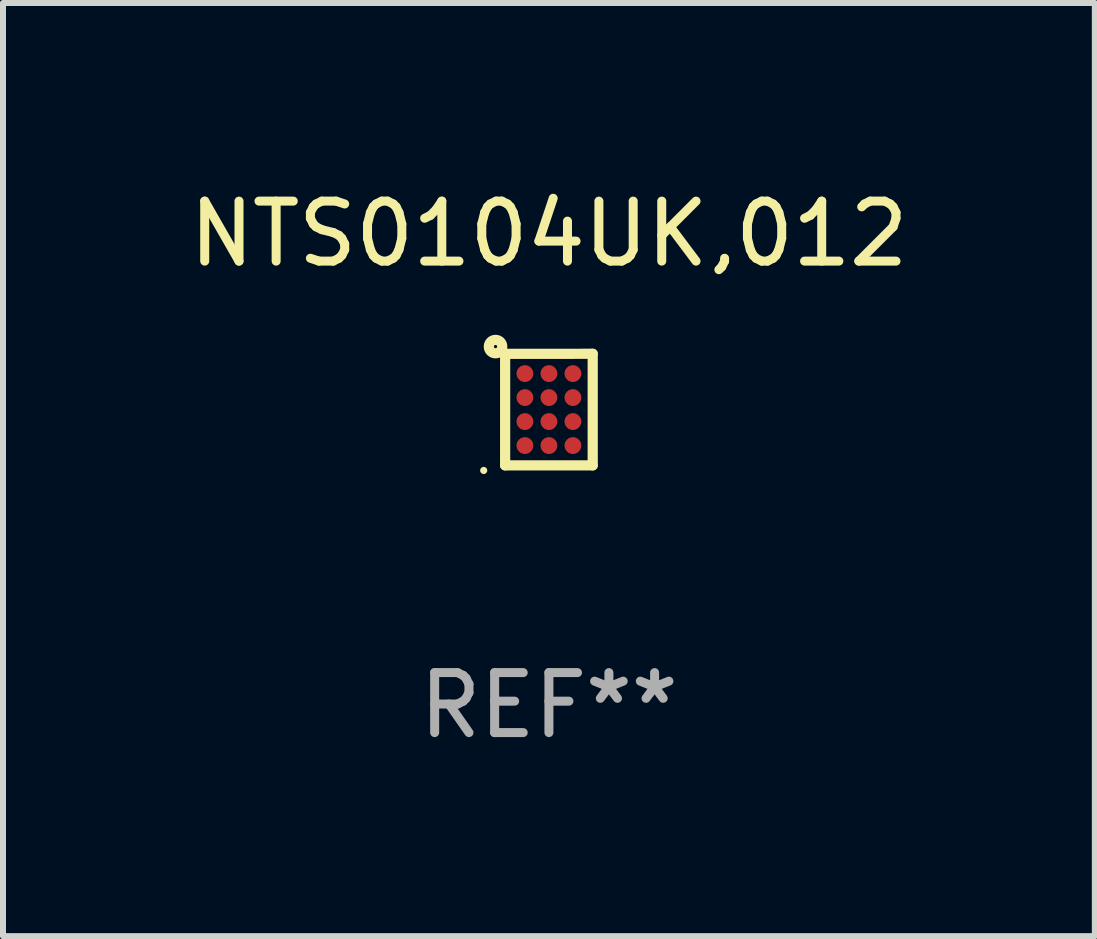
<source format=kicad_pcb>
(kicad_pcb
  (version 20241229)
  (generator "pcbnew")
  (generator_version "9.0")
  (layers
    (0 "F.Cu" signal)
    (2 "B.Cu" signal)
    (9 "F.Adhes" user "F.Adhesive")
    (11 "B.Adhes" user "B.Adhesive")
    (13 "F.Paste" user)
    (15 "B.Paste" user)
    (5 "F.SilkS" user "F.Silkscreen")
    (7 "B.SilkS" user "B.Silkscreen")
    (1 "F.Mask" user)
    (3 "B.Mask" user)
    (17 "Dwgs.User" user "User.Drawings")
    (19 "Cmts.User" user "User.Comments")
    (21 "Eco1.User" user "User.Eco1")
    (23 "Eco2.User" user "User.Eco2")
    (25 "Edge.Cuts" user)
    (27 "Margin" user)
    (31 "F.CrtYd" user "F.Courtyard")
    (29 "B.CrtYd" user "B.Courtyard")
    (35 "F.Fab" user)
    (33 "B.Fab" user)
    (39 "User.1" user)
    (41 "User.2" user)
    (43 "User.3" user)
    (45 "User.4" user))
  (footprint "NTS0104UK,012"
    (layer "F.Cu")
    (at 6.101 3.778)
    (property "Reference" "NTS0104UK,012" (at 0 -2.93 0) (layer "F.SilkS") (effects (font (size 1 1) (thickness 0.15))))
    (attr through_hole)
    (fp_line (start -0.73 -0.929) (end 0.73 -0.93) (stroke (width 0.17) (type solid)) (layer "F.SilkS"))
    (fp_line (start -0.73 0.93) (end -0.73 -0.929) (stroke (width 0.17) (type solid)) (layer "F.SilkS"))
    (fp_line (start 0.73 -0.93) (end 0.73 0.93) (stroke (width 0.17) (type solid)) (layer "F.SilkS"))
    (fp_line (start 0.73 0.93) (end -0.73 0.93) (stroke (width 0.17) (type solid)) (layer "F.SilkS"))
    (fp_circle (center -1.087 1.015) (end -1.057 1.015) (stroke (width 0.06) (type solid)) (fill no) (layer "F.SilkS"))
    (fp_circle (center -0.89 -1.05) (end -0.778 -1.05) (stroke (width 0.17) (type solid)) (fill no) (layer "F.SilkS"))
    (fp_text user "REF**" (at 0 4.93 0) (layer "F.Fab") (effects (font (size 1 1) (thickness 0.15))))
    (pad "A1" smd circle (at -0.4 -0.6) (size 0.28 0.28) (layers "F.Cu" "F.Mask" "F.Paste"))
    (pad "A2" smd circle (at 0.000102 -0.6) (size 0.28 0.28) (layers "F.Cu" "F.Mask" "F.Paste"))
    (pad "A3" smd circle (at 0.4 -0.6) (size 0.28 0.28) (layers "F.Cu" "F.Mask" "F.Paste"))
    (pad "B1" smd circle (at -0.4 -0.2) (size 0.28 0.28) (layers "F.Cu" "F.Mask" "F.Paste"))
    (pad "B2" smd circle (at 0.000102 -0.2) (size 0.28 0.28) (layers "F.Cu" "F.Mask" "F.Paste"))
    (pad "B3" smd circle (at 0.4 -0.2) (size 0.28 0.28) (layers "F.Cu" "F.Mask" "F.Paste"))
    (pad "C1" smd circle (at -0.4 0.2) (size 0.28 0.28) (layers "F.Cu" "F.Mask" "F.Paste"))
    (pad "C2" smd circle (at 0.000102 0.2) (size 0.28 0.28) (layers "F.Cu" "F.Mask" "F.Paste"))
    (pad "C3" smd circle (at 0.4 0.2) (size 0.28 0.28) (layers "F.Cu" "F.Mask" "F.Paste"))
    (pad "D1" smd circle (at -0.4 0.6) (size 0.28 0.28) (layers "F.Cu" "F.Mask" "F.Paste"))
    (pad "D2" smd circle (at 0.000102 0.6) (size 0.28 0.28) (layers "F.Cu" "F.Mask" "F.Paste"))
    (pad "D3" smd circle (at 0.4 0.6) (size 0.28 0.28) (layers "F.Cu" "F.Mask" "F.Paste")))
  (gr_rect
    (start -3 -3)
    (end 15.202 12.556)
    (stroke (width 0.1) (type default))
    (fill no)
    (layer "Edge.Cuts")))
</source>
